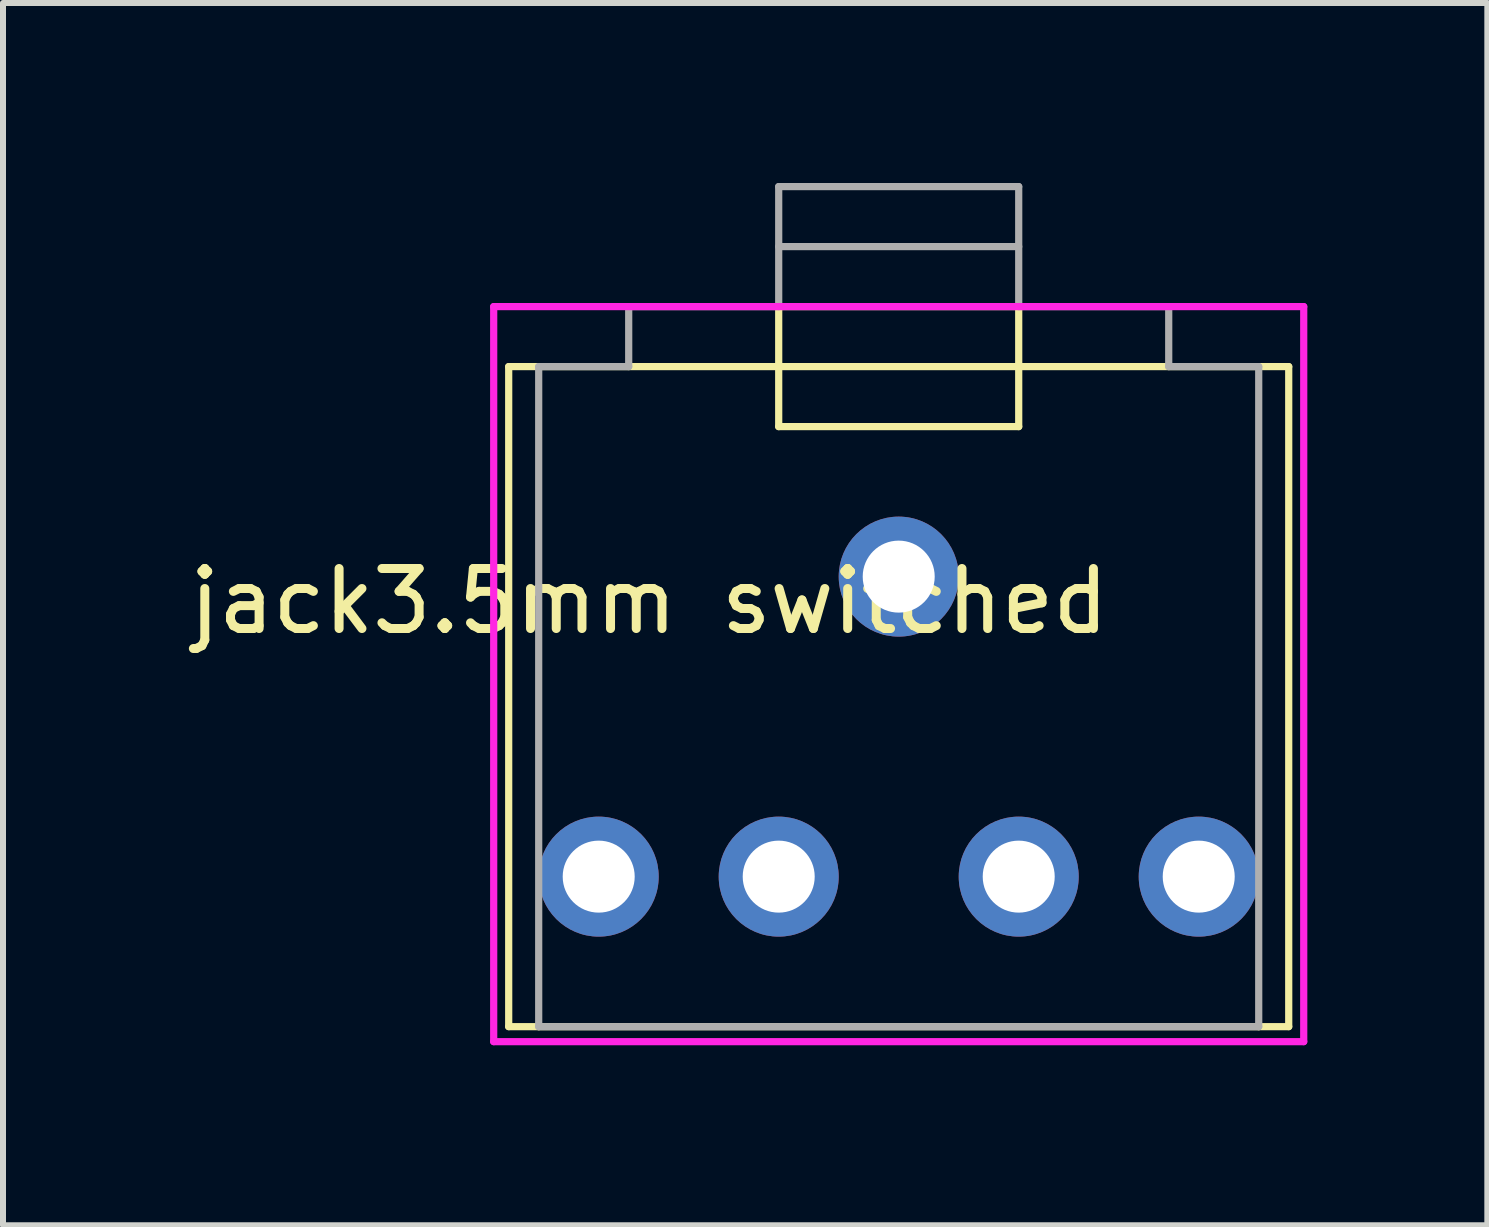
<source format=kicad_pcb>
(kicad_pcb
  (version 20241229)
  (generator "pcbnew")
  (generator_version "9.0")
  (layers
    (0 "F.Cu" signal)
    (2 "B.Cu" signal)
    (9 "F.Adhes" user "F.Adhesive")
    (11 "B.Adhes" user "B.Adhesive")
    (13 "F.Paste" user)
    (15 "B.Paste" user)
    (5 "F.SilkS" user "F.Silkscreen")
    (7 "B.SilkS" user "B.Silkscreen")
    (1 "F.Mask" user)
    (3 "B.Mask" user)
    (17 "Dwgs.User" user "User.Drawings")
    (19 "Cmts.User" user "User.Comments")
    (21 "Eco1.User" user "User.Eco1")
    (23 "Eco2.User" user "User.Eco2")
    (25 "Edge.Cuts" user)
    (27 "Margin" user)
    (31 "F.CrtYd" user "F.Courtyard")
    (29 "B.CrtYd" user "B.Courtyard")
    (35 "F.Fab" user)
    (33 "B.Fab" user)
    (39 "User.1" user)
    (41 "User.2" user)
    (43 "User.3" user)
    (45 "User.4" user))
  (footprint "jack3.5mm switched"
    (layer "F.Cu")
    (at 11.928 2.06)
    (property "Reference" "jack3.5mm switched" (at -4.16 4.91 0) (unlocked yes) (layer "F.SilkS") (effects (font (size 1 1) (thickness 0.15))))
    (attr through_hole)
    (fp_line (start -6.5 1) (end -6.5 12) (stroke (width 0.12) (type solid)) (layer "F.SilkS"))
    (fp_line (start -6.5 12) (end -6 12) (stroke (width 0.12) (type solid)) (layer "F.SilkS"))
    (fp_line (start -6 1) (end -6.5 1) (stroke (width 0.12) (type solid)) (layer "F.SilkS"))
    (fp_line (start -6 12) (end 6 12) (stroke (width 0.12) (type solid)) (layer "F.SilkS"))
    (fp_line (start -2 0) (end -2 2) (stroke (width 0.12) (type solid)) (layer "F.SilkS"))
    (fp_line (start -2 2) (end 2 2) (stroke (width 0.12) (type solid)) (layer "F.SilkS"))
    (fp_line (start 2 0) (end -2 0) (stroke (width 0.12) (type solid)) (layer "F.SilkS"))
    (fp_line (start 2 2) (end 2 0) (stroke (width 0.12) (type solid)) (layer "F.SilkS"))
    (fp_line (start 6 1) (end -6 1) (stroke (width 0.12) (type solid)) (layer "F.SilkS"))
    (fp_line (start 6 12) (end 6.5 12) (stroke (width 0.12) (type solid)) (layer "F.SilkS"))
    (fp_line (start 6.5 1) (end 6 1) (stroke (width 0.12) (type solid)) (layer "F.SilkS"))
    (fp_line (start 6.5 12) (end 6.5 1) (stroke (width 0.12) (type solid)) (layer "F.SilkS"))
    (fp_line (start -6.75 0) (end -6.75 12.25) (stroke (width 0.12) (type solid)) (layer "F.CrtYd"))
    (fp_line (start -6.75 12.25) (end 6.75 12.25) (stroke (width 0.12) (type solid)) (layer "F.CrtYd"))
    (fp_line (start 6.75 0) (end -6.75 0) (stroke (width 0.12) (type solid)) (layer "F.CrtYd"))
    (fp_line (start 6.75 12.25) (end 6.75 0) (stroke (width 0.12) (type solid)) (layer "F.CrtYd"))
    (fp_line (start -6 1) (end -6 12) (stroke (width 0.12) (type solid)) (layer "F.Fab"))
    (fp_line (start -6 1) (end -4.5 1) (stroke (width 0.12) (type solid)) (layer "F.Fab"))
    (fp_line (start -6 12) (end 6 12) (stroke (width 0.12) (type solid)) (layer "F.Fab"))
    (fp_line (start -4.5 0) (end -4.5 1) (stroke (width 0.12) (type solid)) (layer "F.Fab"))
    (fp_line (start -4.5 0) (end -2 0) (stroke (width 0.12) (type solid)) (layer "F.Fab"))
    (fp_line (start -2 -2) (end 2 -2) (stroke (width 0.12) (type solid)) (layer "F.Fab"))
    (fp_line (start -2 -1) (end 2 -1) (stroke (width 0.12) (type solid)) (layer "F.Fab"))
    (fp_line (start -2 0) (end -2 -2) (stroke (width 0.12) (type solid)) (layer "F.Fab"))
    (fp_line (start 2 -2) (end 2 0) (stroke (width 0.12) (type solid)) (layer "F.Fab"))
    (fp_line (start 4.5 0) (end 2 0) (stroke (width 0.12) (type solid)) (layer "F.Fab"))
    (fp_line (start 4.5 1) (end 4.5 0) (stroke (width 0.12) (type solid)) (layer "F.Fab"))
    (fp_line (start 4.5 1) (end 6 1) (stroke (width 0.12) (type solid)) (layer "F.Fab"))
    (fp_line (start 6 12) (end 6 1) (stroke (width 0.12) (type solid)) (layer "F.Fab"))
    (pad "G" thru_hole circle (at 0 4.5 270) (size 2 2) (drill 1.2) (layers "*.Cu" "*.Mask"))
    (pad "S" thru_hole circle (at 5 9.5 270) (size 2 2) (drill 1.2) (layers "*.Cu" "*.Mask"))
    (pad "SN" thru_hole circle (at 2 9.5 270) (size 2 2) (drill 1.2) (layers "*.Cu" "*.Mask"))
    (pad "T" thru_hole circle (at -5 9.5 270) (size 2 2) (drill 1.2) (layers "*.Cu" "*.Mask"))
    (pad "TN" thru_hole circle (at -2 9.5 270) (size 2 2) (drill 1.2) (layers "*.Cu" "*.Mask")))
  (gr_rect
    (start -3 -3)
    (end 21.738 17.37)
    (stroke (width 0.1) (type default))
    (fill no)
    (layer "Edge.Cuts")))
</source>
